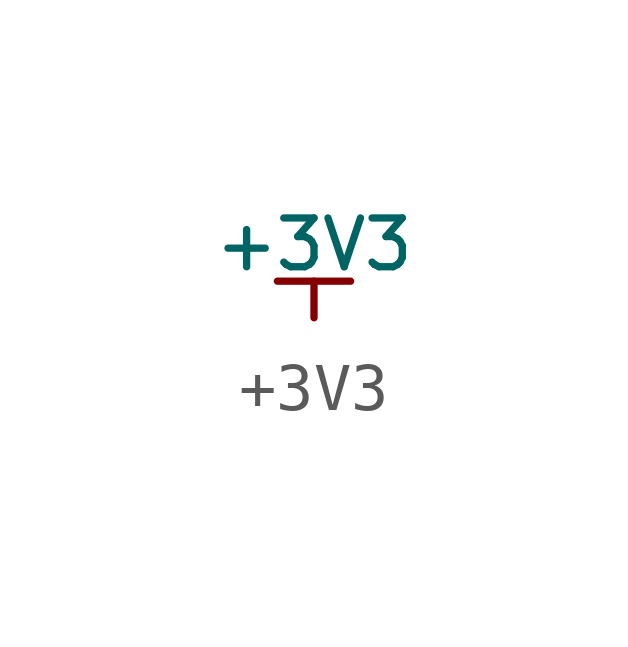
<source format=kicad_sym>
(kicad_symbol_lib
  (version 20211014)
  (generator kicad_symbol_editor)
  (symbol "+3V3"
    (power)
    (pin_numbers hide)
    (pin_names
      (offset 0) hide)
    (property "Reference" "#PWR"
      (at 0.254 0 0)
      (effects (font (size 0.508 0.508)) hide))
    (property "Value" "+3V3"
      (at 0 1.524 0)
      (effects (font (size 1.016 1.016))))
    (symbol "+3V3_0_1"
      (polyline (pts (xy -0.762 0.762) (xy 0.762 0.762)) (stroke (width 0) (type default) (color 0 0 0 0)) (fill (type none)))
      (polyline (pts (xy 0 0) (xy 0 0.762)) (stroke (width 0) (type default) (color 0 0 0 0)) (fill (type none))))
    (symbol "+3V3_1_1"
      (pin power_in line (at 0 0 90) (length 0) hide (name "+3V3" (effects (font (size 1.27 1.27)))) (number "1" (effects (font (size 1.27 1.27))))))))
</source>
